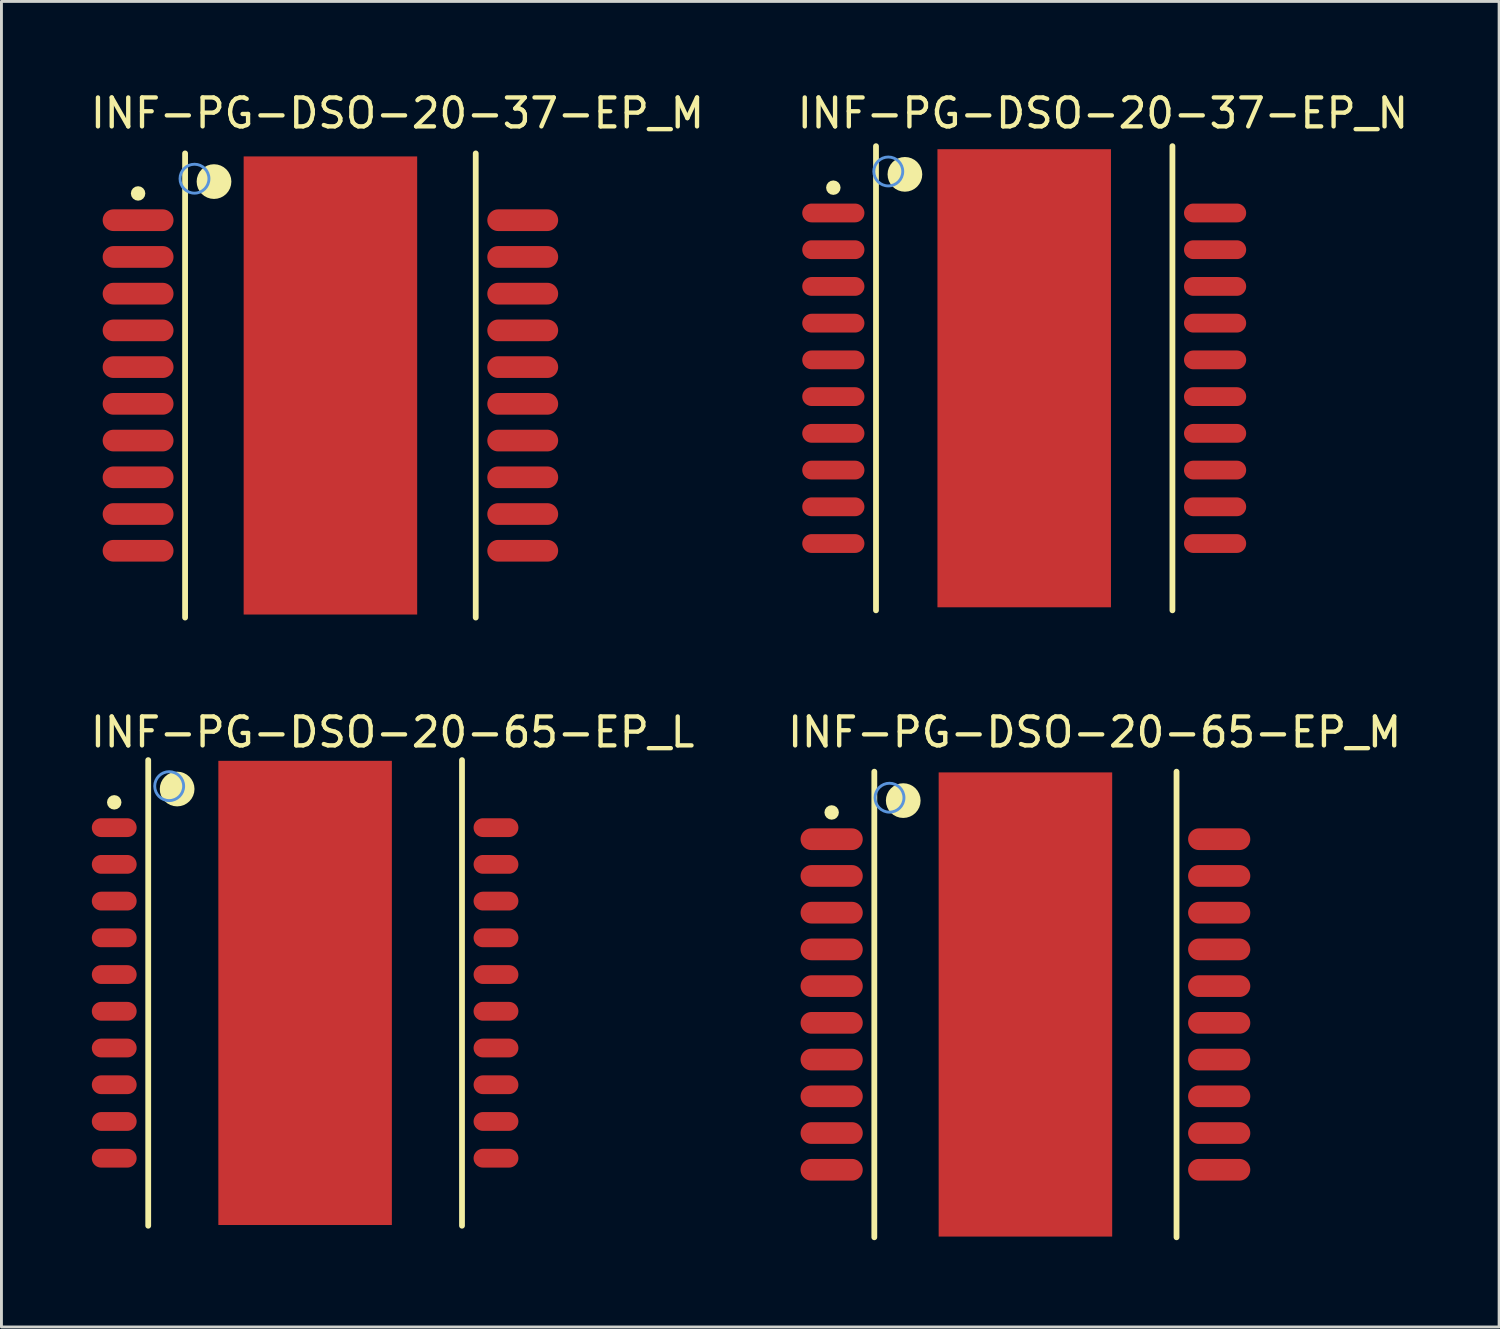
<source format=kicad_pcb>
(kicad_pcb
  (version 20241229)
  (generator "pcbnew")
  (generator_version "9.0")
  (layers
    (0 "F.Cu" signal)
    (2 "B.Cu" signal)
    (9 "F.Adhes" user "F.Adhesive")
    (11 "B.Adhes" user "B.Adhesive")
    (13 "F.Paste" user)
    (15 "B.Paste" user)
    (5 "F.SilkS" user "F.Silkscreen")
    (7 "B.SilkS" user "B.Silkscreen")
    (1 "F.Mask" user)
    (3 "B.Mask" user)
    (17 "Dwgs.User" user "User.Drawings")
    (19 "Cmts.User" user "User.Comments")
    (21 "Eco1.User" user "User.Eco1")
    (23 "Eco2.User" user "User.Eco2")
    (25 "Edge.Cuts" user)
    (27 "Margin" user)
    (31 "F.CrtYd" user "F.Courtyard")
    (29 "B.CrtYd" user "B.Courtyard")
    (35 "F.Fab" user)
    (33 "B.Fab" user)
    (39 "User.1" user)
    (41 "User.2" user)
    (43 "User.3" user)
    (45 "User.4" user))
  (footprint "INF-PG-DSO-20-65-EP_L"
    (layer "F.Cu")
    (at 7.5 31.283)
    (property "Reference" "INF-PG-DSO-20-65-EP_L" (at -7.5 -8.429 0) (layer "F.SilkS") (effects (font (size 1 1) (thickness 0.15)) (justify left bottom)))
    (attr through_hole)
    (fp_line (start -5.425 8.05) (end -5.425 -8.05) (stroke (width 0.2) (type solid)) (layer "F.SilkS"))
    (fp_line (start 5.425 8.05) (end 5.425 -8.05) (stroke (width 0.2) (type solid)) (layer "F.SilkS"))
    (fp_circle (center -6.6 -6.59) (end -6.475 -6.59) (stroke (width 0.25) (type solid)) (fill no) (layer "F.SilkS"))
    (fp_circle (center -4.425 -7.05) (end -4.125 -7.05) (stroke (width 0.6) (type solid)) (fill no) (layer "F.SilkS"))
    (fp_circle (center -4.7 -7.15) (end -4.2 -7.15) (stroke (width 0.1) (type solid)) (fill no) (layer "Cmts.User"))
    (pad "1" smd oval (at -6.6 -5.715 90) (size 0.65 1.55) (layers "F.Cu" "F.Mask" "F.Paste"))
    (pad "2" smd oval (at -6.6 -4.445 90) (size 0.65 1.55) (layers "F.Cu" "F.Mask" "F.Paste"))
    (pad "3" smd oval (at -6.6 -3.175 90) (size 0.65 1.55) (layers "F.Cu" "F.Mask" "F.Paste"))
    (pad "4" smd oval (at -6.6 -1.905 90) (size 0.65 1.55) (layers "F.Cu" "F.Mask" "F.Paste"))
    (pad "5" smd oval (at -6.6 -0.635 90) (size 0.65 1.55) (layers "F.Cu" "F.Mask" "F.Paste"))
    (pad "6" smd oval (at -6.6 0.635 90) (size 0.65 1.55) (layers "F.Cu" "F.Mask" "F.Paste"))
    (pad "7" smd oval (at -6.6 1.905 90) (size 0.65 1.55) (layers "F.Cu" "F.Mask" "F.Paste"))
    (pad "8" smd oval (at -6.6 3.175 90) (size 0.65 1.55) (layers "F.Cu" "F.Mask" "F.Paste"))
    (pad "9" smd oval (at -6.6 4.445 90) (size 0.65 1.55) (layers "F.Cu" "F.Mask" "F.Paste"))
    (pad "10" smd oval (at -6.6 5.715 90) (size 0.65 1.55) (layers "F.Cu" "F.Mask" "F.Paste"))
    (pad "11" smd oval (at 6.6 5.715 90) (size 0.65 1.55) (layers "F.Cu" "F.Mask" "F.Paste"))
    (pad "12" smd oval (at 6.6 4.445 90) (size 0.65 1.55) (layers "F.Cu" "F.Mask" "F.Paste"))
    (pad "13" smd oval (at 6.6 3.175 90) (size 0.65 1.55) (layers "F.Cu" "F.Mask" "F.Paste"))
    (pad "14" smd oval (at 6.6 1.905 90) (size 0.65 1.55) (layers "F.Cu" "F.Mask" "F.Paste"))
    (pad "15" smd oval (at 6.6 0.635 90) (size 0.65 1.55) (layers "F.Cu" "F.Mask" "F.Paste"))
    (pad "16" smd oval (at 6.6 -0.635 90) (size 0.65 1.55) (layers "F.Cu" "F.Mask" "F.Paste"))
    (pad "17" smd oval (at 6.6 -1.905 90) (size 0.65 1.55) (layers "F.Cu" "F.Mask" "F.Paste"))
    (pad "18" smd oval (at 6.6 -3.175 90) (size 0.65 1.55) (layers "F.Cu" "F.Mask" "F.Paste"))
    (pad "19" smd oval (at 6.6 -4.445 90) (size 0.65 1.55) (layers "F.Cu" "F.Mask" "F.Paste"))
    (pad "20" smd oval (at 6.6 -5.715 90) (size 0.65 1.55) (layers "F.Cu" "F.Mask" "F.Paste"))
    (pad "21" smd rect (at 0 0) (size 6 16.05) (layers "F.Cu" "F.Mask" "F.Paste")))
  (footprint "INF-PG-DSO-20-37-EP_N"
    (layer "F.Cu")
    (at 32.365 10.029)
    (property "Reference" "INF-PG-DSO-20-37-EP_N" (at -7.925 -8.579 0) (layer "F.SilkS") (effects (font (size 1 1) (thickness 0.15)) (justify left bottom)))
    (attr through_hole)
    (fp_line (start -5.125 8.025) (end -5.125 -8.025) (stroke (width 0.2) (type solid)) (layer "F.SilkS"))
    (fp_line (start 5.125 8.025) (end 5.125 -8.025) (stroke (width 0.2) (type solid)) (layer "F.SilkS"))
    (fp_circle (center -6.6 -6.59) (end -6.475 -6.59) (stroke (width 0.25) (type solid)) (fill no) (layer "F.SilkS"))
    (fp_circle (center -4.125 -7.05) (end -3.825 -7.05) (stroke (width 0.6) (type solid)) (fill no) (layer "F.SilkS"))
    (fp_circle (center -4.7 -7.15) (end -4.2 -7.15) (stroke (width 0.1) (type solid)) (fill no) (layer "Cmts.User"))
    (pad "1" smd oval (at -6.6 -5.715 90) (size 0.65 2.15) (layers "F.Cu" "F.Mask" "F.Paste"))
    (pad "2" smd oval (at -6.6 -4.445 90) (size 0.65 2.15) (layers "F.Cu" "F.Mask" "F.Paste"))
    (pad "3" smd oval (at -6.6 -3.175 90) (size 0.65 2.15) (layers "F.Cu" "F.Mask" "F.Paste"))
    (pad "4" smd oval (at -6.6 -1.905 90) (size 0.65 2.15) (layers "F.Cu" "F.Mask" "F.Paste"))
    (pad "5" smd oval (at -6.6 -0.635 90) (size 0.65 2.15) (layers "F.Cu" "F.Mask" "F.Paste"))
    (pad "6" smd oval (at -6.6 0.635 90) (size 0.65 2.15) (layers "F.Cu" "F.Mask" "F.Paste"))
    (pad "7" smd oval (at -6.6 1.905 90) (size 0.65 2.15) (layers "F.Cu" "F.Mask" "F.Paste"))
    (pad "8" smd oval (at -6.6 3.175 90) (size 0.65 2.15) (layers "F.Cu" "F.Mask" "F.Paste"))
    (pad "9" smd oval (at -6.6 4.445 90) (size 0.65 2.15) (layers "F.Cu" "F.Mask" "F.Paste"))
    (pad "10" smd oval (at -6.6 5.715 90) (size 0.65 2.15) (layers "F.Cu" "F.Mask" "F.Paste"))
    (pad "11" smd oval (at 6.6 5.715 90) (size 0.65 2.15) (layers "F.Cu" "F.Mask" "F.Paste"))
    (pad "12" smd oval (at 6.6 4.445 90) (size 0.65 2.15) (layers "F.Cu" "F.Mask" "F.Paste"))
    (pad "13" smd oval (at 6.6 3.175 90) (size 0.65 2.15) (layers "F.Cu" "F.Mask" "F.Paste"))
    (pad "14" smd oval (at 6.6 1.905 90) (size 0.65 2.15) (layers "F.Cu" "F.Mask" "F.Paste"))
    (pad "15" smd oval (at 6.6 0.635 90) (size 0.65 2.15) (layers "F.Cu" "F.Mask" "F.Paste"))
    (pad "16" smd oval (at 6.6 -0.635 90) (size 0.65 2.15) (layers "F.Cu" "F.Mask" "F.Paste"))
    (pad "17" smd oval (at 6.6 -1.905 90) (size 0.65 2.15) (layers "F.Cu" "F.Mask" "F.Paste"))
    (pad "18" smd oval (at 6.6 -3.175 90) (size 0.65 2.15) (layers "F.Cu" "F.Mask" "F.Paste"))
    (pad "19" smd oval (at 6.6 -4.445 90) (size 0.65 2.15) (layers "F.Cu" "F.Mask" "F.Paste"))
    (pad "20" smd oval (at 6.6 -5.715 90) (size 0.65 2.15) (layers "F.Cu" "F.Mask" "F.Paste"))
    (pad "21" smd rect (at 0 0) (size 6 15.84) (layers "F.Cu" "F.Mask" "F.Paste")))
  (footprint "INF-PG-DSO-20-37-EP_M"
    (layer "F.Cu")
    (at 8.375 10.279)
    (property "Reference" "INF-PG-DSO-20-37-EP_M" (at -8.375 -8.829 0) (layer "F.SilkS") (effects (font (size 1 1) (thickness 0.15)) (justify left bottom)))
    (attr through_hole)
    (fp_line (start -5.025 8.025) (end -5.025 -8.025) (stroke (width 0.2) (type solid)) (layer "F.SilkS"))
    (fp_line (start 5.025 8.025) (end 5.025 -8.025) (stroke (width 0.2) (type solid)) (layer "F.SilkS"))
    (fp_circle (center -6.65 -6.64) (end -6.525 -6.64) (stroke (width 0.25) (type solid)) (fill no) (layer "F.SilkS"))
    (fp_circle (center -4.025 -7.05) (end -3.725 -7.05) (stroke (width 0.6) (type solid)) (fill no) (layer "F.SilkS"))
    (fp_circle (center -4.7 -7.15) (end -4.2 -7.15) (stroke (width 0.1) (type solid)) (fill no) (layer "Cmts.User"))
    (pad "1" smd oval (at -6.65 -5.715 90) (size 0.75 2.45) (layers "F.Cu" "F.Mask" "F.Paste"))
    (pad "2" smd oval (at -6.65 -4.445 90) (size 0.75 2.45) (layers "F.Cu" "F.Mask" "F.Paste"))
    (pad "3" smd oval (at -6.65 -3.175 90) (size 0.75 2.45) (layers "F.Cu" "F.Mask" "F.Paste"))
    (pad "4" smd oval (at -6.65 -1.905 90) (size 0.75 2.45) (layers "F.Cu" "F.Mask" "F.Paste"))
    (pad "5" smd oval (at -6.65 -0.635 90) (size 0.75 2.45) (layers "F.Cu" "F.Mask" "F.Paste"))
    (pad "6" smd oval (at -6.65 0.635 90) (size 0.75 2.45) (layers "F.Cu" "F.Mask" "F.Paste"))
    (pad "7" smd oval (at -6.65 1.905 90) (size 0.75 2.45) (layers "F.Cu" "F.Mask" "F.Paste"))
    (pad "8" smd oval (at -6.65 3.175 90) (size 0.75 2.45) (layers "F.Cu" "F.Mask" "F.Paste"))
    (pad "9" smd oval (at -6.65 4.445 90) (size 0.75 2.45) (layers "F.Cu" "F.Mask" "F.Paste"))
    (pad "10" smd oval (at -6.65 5.715 90) (size 0.75 2.45) (layers "F.Cu" "F.Mask" "F.Paste"))
    (pad "11" smd oval (at 6.65 5.715 90) (size 0.75 2.45) (layers "F.Cu" "F.Mask" "F.Paste"))
    (pad "12" smd oval (at 6.65 4.445 90) (size 0.75 2.45) (layers "F.Cu" "F.Mask" "F.Paste"))
    (pad "13" smd oval (at 6.65 3.175 90) (size 0.75 2.45) (layers "F.Cu" "F.Mask" "F.Paste"))
    (pad "14" smd oval (at 6.65 1.905 90) (size 0.75 2.45) (layers "F.Cu" "F.Mask" "F.Paste"))
    (pad "15" smd oval (at 6.65 0.635 90) (size 0.75 2.45) (layers "F.Cu" "F.Mask" "F.Paste"))
    (pad "16" smd oval (at 6.65 -0.635 90) (size 0.75 2.45) (layers "F.Cu" "F.Mask" "F.Paste"))
    (pad "17" smd oval (at 6.65 -1.905 90) (size 0.75 2.45) (layers "F.Cu" "F.Mask" "F.Paste"))
    (pad "18" smd oval (at 6.65 -3.175 90) (size 0.75 2.45) (layers "F.Cu" "F.Mask" "F.Paste"))
    (pad "19" smd oval (at 6.65 -4.445 90) (size 0.75 2.45) (layers "F.Cu" "F.Mask" "F.Paste"))
    (pad "20" smd oval (at 6.65 -5.715 90) (size 0.75 2.45) (layers "F.Cu" "F.Mask" "F.Paste"))
    (pad "21" smd rect (at 0 0) (size 6 15.84) (layers "F.Cu" "F.Mask" "F.Paste")))
  (footprint "INF-PG-DSO-20-65-EP_M"
    (layer "F.Cu")
    (at 32.407 31.683)
    (property "Reference" "INF-PG-DSO-20-65-EP_M" (at -8.3 -8.829 0) (layer "F.SilkS") (effects (font (size 1 1) (thickness 0.15)) (justify left bottom)))
    (attr through_hole)
    (fp_line (start -5.225 8.05) (end -5.225 -8.05) (stroke (width 0.2) (type solid)) (layer "F.SilkS"))
    (fp_line (start 5.225 8.05) (end 5.225 -8.05) (stroke (width 0.2) (type solid)) (layer "F.SilkS"))
    (fp_circle (center -6.7 -6.64) (end -6.575 -6.64) (stroke (width 0.25) (type solid)) (fill no) (layer "F.SilkS"))
    (fp_circle (center -4.225 -7.05) (end -3.925 -7.05) (stroke (width 0.6) (type solid)) (fill no) (layer "F.SilkS"))
    (fp_circle (center -4.7 -7.15) (end -4.2 -7.15) (stroke (width 0.1) (type solid)) (fill no) (layer "Cmts.User"))
    (pad "1" smd oval (at -6.7 -5.715 90) (size 0.75 2.15) (layers "F.Cu" "F.Mask" "F.Paste"))
    (pad "2" smd oval (at -6.7 -4.445 90) (size 0.75 2.15) (layers "F.Cu" "F.Mask" "F.Paste"))
    (pad "3" smd oval (at -6.7 -3.175 90) (size 0.75 2.15) (layers "F.Cu" "F.Mask" "F.Paste"))
    (pad "4" smd oval (at -6.7 -1.905 90) (size 0.75 2.15) (layers "F.Cu" "F.Mask" "F.Paste"))
    (pad "5" smd oval (at -6.7 -0.635 90) (size 0.75 2.15) (layers "F.Cu" "F.Mask" "F.Paste"))
    (pad "6" smd oval (at -6.7 0.635 90) (size 0.75 2.15) (layers "F.Cu" "F.Mask" "F.Paste"))
    (pad "7" smd oval (at -6.7 1.905 90) (size 0.75 2.15) (layers "F.Cu" "F.Mask" "F.Paste"))
    (pad "8" smd oval (at -6.7 3.175 90) (size 0.75 2.15) (layers "F.Cu" "F.Mask" "F.Paste"))
    (pad "9" smd oval (at -6.7 4.445 90) (size 0.75 2.15) (layers "F.Cu" "F.Mask" "F.Paste"))
    (pad "10" smd oval (at -6.7 5.715 90) (size 0.75 2.15) (layers "F.Cu" "F.Mask" "F.Paste"))
    (pad "11" smd oval (at 6.7 5.715 90) (size 0.75 2.15) (layers "F.Cu" "F.Mask" "F.Paste"))
    (pad "12" smd oval (at 6.7 4.445 90) (size 0.75 2.15) (layers "F.Cu" "F.Mask" "F.Paste"))
    (pad "13" smd oval (at 6.7 3.175 90) (size 0.75 2.15) (layers "F.Cu" "F.Mask" "F.Paste"))
    (pad "14" smd oval (at 6.7 1.905 90) (size 0.75 2.15) (layers "F.Cu" "F.Mask" "F.Paste"))
    (pad "15" smd oval (at 6.7 0.635 90) (size 0.75 2.15) (layers "F.Cu" "F.Mask" "F.Paste"))
    (pad "16" smd oval (at 6.7 -0.635 90) (size 0.75 2.15) (layers "F.Cu" "F.Mask" "F.Paste"))
    (pad "17" smd oval (at 6.7 -1.905 90) (size 0.75 2.15) (layers "F.Cu" "F.Mask" "F.Paste"))
    (pad "18" smd oval (at 6.7 -3.175 90) (size 0.75 2.15) (layers "F.Cu" "F.Mask" "F.Paste"))
    (pad "19" smd oval (at 6.7 -4.445 90) (size 0.75 2.15) (layers "F.Cu" "F.Mask" "F.Paste"))
    (pad "20" smd oval (at 6.7 -5.715 90) (size 0.75 2.15) (layers "F.Cu" "F.Mask" "F.Paste"))
    (pad "21" smd rect (at 0 0) (size 6 16.05) (layers "F.Cu" "F.Mask" "F.Paste")))
  (gr_rect
    (start -3 -3)
    (end 48.786 42.833)
    (stroke (width 0.1) (type default))
    (fill no)
    (layer "Edge.Cuts")))
</source>
